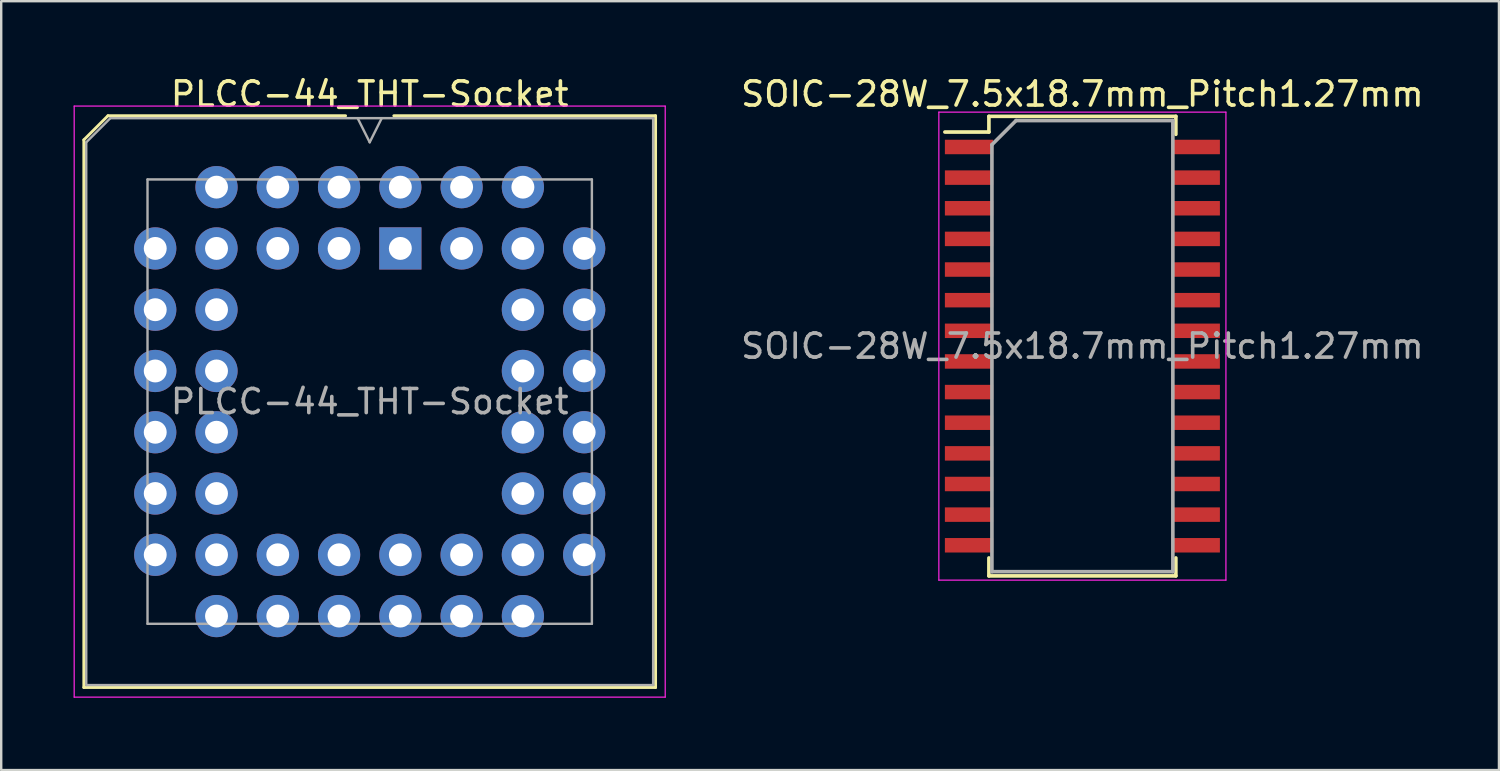
<source format=kicad_pcb>
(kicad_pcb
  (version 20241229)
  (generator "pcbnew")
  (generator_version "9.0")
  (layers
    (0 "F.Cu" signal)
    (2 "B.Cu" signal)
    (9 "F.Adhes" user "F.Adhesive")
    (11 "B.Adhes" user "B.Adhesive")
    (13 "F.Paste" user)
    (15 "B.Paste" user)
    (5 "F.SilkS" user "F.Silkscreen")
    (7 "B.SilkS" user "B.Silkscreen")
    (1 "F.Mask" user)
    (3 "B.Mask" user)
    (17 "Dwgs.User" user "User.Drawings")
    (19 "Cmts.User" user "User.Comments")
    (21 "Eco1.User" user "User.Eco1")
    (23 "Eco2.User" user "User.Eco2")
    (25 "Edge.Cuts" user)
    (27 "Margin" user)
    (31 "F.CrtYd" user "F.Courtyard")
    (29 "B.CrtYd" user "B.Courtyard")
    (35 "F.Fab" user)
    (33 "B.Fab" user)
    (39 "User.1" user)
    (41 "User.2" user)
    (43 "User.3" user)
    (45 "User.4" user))
  (footprint "PLCC-44_THT-Socket"
    (layer "F.Cu")
    (at 13.545 7.248)
    (property "Reference" "PLCC-44_THT-Socket" (at -1.27 -6.4 0) (layer "F.SilkS") (effects (font (size 1 1) (thickness 0.15))))
    (attr through_hole)
    (fp_line (start -13.12 -4.5) (end -13.12 18.2) (stroke (width 0.12) (type solid)) (layer "F.SilkS"))
    (fp_line (start -13.12 18.2) (end 10.58 18.2) (stroke (width 0.12) (type solid)) (layer "F.SilkS"))
    (fp_line (start -12.12 -5.5) (end -13.12 -4.5) (stroke (width 0.12) (type solid)) (layer "F.SilkS"))
    (fp_line (start -2.27 -5.5) (end -12.12 -5.5) (stroke (width 0.12) (type solid)) (layer "F.SilkS"))
    (fp_line (start 10.58 -5.5) (end -0.27 -5.5) (stroke (width 0.12) (type solid)) (layer "F.SilkS"))
    (fp_line (start 10.58 18.2) (end 10.58 -5.5) (stroke (width 0.12) (type solid)) (layer "F.SilkS"))
    (fp_line (start -13.52 -5.9) (end -13.52 18.6) (stroke (width 0.05) (type solid)) (layer "F.CrtYd"))
    (fp_line (start -13.52 18.6) (end 10.98 18.6) (stroke (width 0.05) (type solid)) (layer "F.CrtYd"))
    (fp_line (start 10.98 -5.9) (end -13.52 -5.9) (stroke (width 0.05) (type solid)) (layer "F.CrtYd"))
    (fp_line (start 10.98 18.6) (end 10.98 -5.9) (stroke (width 0.05) (type solid)) (layer "F.CrtYd"))
    (fp_line (start -13.02 -4.4) (end -13.02 18.1) (stroke (width 0.1) (type solid)) (layer "F.Fab"))
    (fp_line (start -13.02 18.1) (end 10.48 18.1) (stroke (width 0.1) (type solid)) (layer "F.Fab"))
    (fp_line (start -12.02 -5.4) (end -13.02 -4.4) (stroke (width 0.1) (type solid)) (layer "F.Fab"))
    (fp_line (start -10.48 -2.86) (end -10.48 15.56) (stroke (width 0.1) (type solid)) (layer "F.Fab"))
    (fp_line (start -10.48 15.56) (end 7.94 15.56) (stroke (width 0.1) (type solid)) (layer "F.Fab"))
    (fp_line (start -1.77 -5.4) (end -1.27 -4.4) (stroke (width 0.1) (type solid)) (layer "F.Fab"))
    (fp_line (start -1.27 -4.4) (end -0.77 -5.4) (stroke (width 0.1) (type solid)) (layer "F.Fab"))
    (fp_line (start 7.94 -2.86) (end -10.48 -2.86) (stroke (width 0.1) (type solid)) (layer "F.Fab"))
    (fp_line (start 7.94 15.56) (end 7.94 -2.86) (stroke (width 0.1) (type solid)) (layer "F.Fab"))
    (fp_line (start 10.48 -5.4) (end -12.02 -5.4) (stroke (width 0.1) (type solid)) (layer "F.Fab"))
    (fp_line (start 10.48 18.1) (end 10.48 -5.4) (stroke (width 0.1) (type solid)) (layer "F.Fab"))
    (fp_text user "${REFERENCE}" (at -1.27 6.35 0) (layer "F.Fab") (effects (font (size 1 1) (thickness 0.15))))
    (pad "1" thru_hole rect (at 0 0) (size 1.75 1.75) (drill 0.95) (layers "*.Cu" "*.Mask"))
    (pad "2" thru_hole circle (at -2.54 -2.54) (size 1.75 1.75) (drill 0.95) (layers "*.Cu" "*.Mask"))
    (pad "3" thru_hole circle (at -2.54 0) (size 1.75 1.75) (drill 0.95) (layers "*.Cu" "*.Mask"))
    (pad "4" thru_hole circle (at -5.08 -2.54) (size 1.75 1.75) (drill 0.95) (layers "*.Cu" "*.Mask"))
    (pad "5" thru_hole circle (at -5.08 0) (size 1.75 1.75) (drill 0.95) (layers "*.Cu" "*.Mask"))
    (pad "6" thru_hole circle (at -7.62 -2.54) (size 1.75 1.75) (drill 0.95) (layers "*.Cu" "*.Mask"))
    (pad "7" thru_hole circle (at -10.16 0) (size 1.75 1.75) (drill 0.95) (layers "*.Cu" "*.Mask"))
    (pad "8" thru_hole circle (at -7.62 0) (size 1.75 1.75) (drill 0.95) (layers "*.Cu" "*.Mask"))
    (pad "9" thru_hole circle (at -10.16 2.54) (size 1.75 1.75) (drill 0.95) (layers "*.Cu" "*.Mask"))
    (pad "10" thru_hole circle (at -7.62 2.54) (size 1.75 1.75) (drill 0.95) (layers "*.Cu" "*.Mask"))
    (pad "11" thru_hole circle (at -10.16 5.08) (size 1.75 1.75) (drill 0.95) (layers "*.Cu" "*.Mask"))
    (pad "12" thru_hole circle (at -7.62 5.08) (size 1.75 1.75) (drill 0.95) (layers "*.Cu" "*.Mask"))
    (pad "13" thru_hole circle (at -10.16 7.62) (size 1.75 1.75) (drill 0.95) (layers "*.Cu" "*.Mask"))
    (pad "14" thru_hole circle (at -7.62 7.62) (size 1.75 1.75) (drill 0.95) (layers "*.Cu" "*.Mask"))
    (pad "15" thru_hole circle (at -10.16 10.16) (size 1.75 1.75) (drill 0.95) (layers "*.Cu" "*.Mask"))
    (pad "16" thru_hole circle (at -7.62 10.16) (size 1.75 1.75) (drill 0.95) (layers "*.Cu" "*.Mask"))
    (pad "17" thru_hole circle (at -10.16 12.7) (size 1.75 1.75) (drill 0.95) (layers "*.Cu" "*.Mask"))
    (pad "18" thru_hole circle (at -7.62 15.24) (size 1.75 1.75) (drill 0.95) (layers "*.Cu" "*.Mask"))
    (pad "19" thru_hole circle (at -7.62 12.7) (size 1.75 1.75) (drill 0.95) (layers "*.Cu" "*.Mask"))
    (pad "20" thru_hole circle (at -5.08 15.24) (size 1.75 1.75) (drill 0.95) (layers "*.Cu" "*.Mask"))
    (pad "21" thru_hole circle (at -5.08 12.7) (size 1.75 1.75) (drill 0.95) (layers "*.Cu" "*.Mask"))
    (pad "22" thru_hole circle (at -2.54 15.24) (size 1.75 1.75) (drill 0.95) (layers "*.Cu" "*.Mask"))
    (pad "23" thru_hole circle (at -2.54 12.7) (size 1.75 1.75) (drill 0.95) (layers "*.Cu" "*.Mask"))
    (pad "24" thru_hole circle (at 0 15.24) (size 1.75 1.75) (drill 0.95) (layers "*.Cu" "*.Mask"))
    (pad "25" thru_hole circle (at 0 12.7) (size 1.75 1.75) (drill 0.95) (layers "*.Cu" "*.Mask"))
    (pad "26" thru_hole circle (at 2.54 15.24) (size 1.75 1.75) (drill 0.95) (layers "*.Cu" "*.Mask"))
    (pad "27" thru_hole circle (at 2.54 12.7) (size 1.75 1.75) (drill 0.95) (layers "*.Cu" "*.Mask"))
    (pad "28" thru_hole circle (at 5.08 15.24) (size 1.75 1.75) (drill 0.95) (layers "*.Cu" "*.Mask"))
    (pad "29" thru_hole circle (at 7.62 12.7) (size 1.75 1.75) (drill 0.95) (layers "*.Cu" "*.Mask"))
    (pad "30" thru_hole circle (at 5.08 12.7) (size 1.75 1.75) (drill 0.95) (layers "*.Cu" "*.Mask"))
    (pad "31" thru_hole circle (at 7.62 10.16) (size 1.75 1.75) (drill 0.95) (layers "*.Cu" "*.Mask"))
    (pad "32" thru_hole circle (at 5.08 10.16) (size 1.75 1.75) (drill 0.95) (layers "*.Cu" "*.Mask"))
    (pad "33" thru_hole circle (at 7.62 7.62) (size 1.75 1.75) (drill 0.95) (layers "*.Cu" "*.Mask"))
    (pad "34" thru_hole circle (at 5.08 7.62) (size 1.75 1.75) (drill 0.95) (layers "*.Cu" "*.Mask"))
    (pad "35" thru_hole circle (at 7.62 5.08) (size 1.75 1.75) (drill 0.95) (layers "*.Cu" "*.Mask"))
    (pad "36" thru_hole circle (at 5.08 5.08) (size 1.75 1.75) (drill 0.95) (layers "*.Cu" "*.Mask"))
    (pad "37" thru_hole circle (at 7.62 2.54) (size 1.75 1.75) (drill 0.95) (layers "*.Cu" "*.Mask"))
    (pad "38" thru_hole circle (at 5.08 2.54) (size 1.75 1.75) (drill 0.95) (layers "*.Cu" "*.Mask"))
    (pad "39" thru_hole circle (at 7.62 0) (size 1.75 1.75) (drill 0.95) (layers "*.Cu" "*.Mask"))
    (pad "40" thru_hole circle (at 5.08 -2.54) (size 1.75 1.75) (drill 0.95) (layers "*.Cu" "*.Mask"))
    (pad "41" thru_hole circle (at 5.08 0) (size 1.75 1.75) (drill 0.95) (layers "*.Cu" "*.Mask"))
    (pad "42" thru_hole circle (at 2.54 -2.54) (size 1.75 1.75) (drill 0.95) (layers "*.Cu" "*.Mask"))
    (pad "43" thru_hole circle (at 2.54 0) (size 1.75 1.75) (drill 0.95) (layers "*.Cu" "*.Mask"))
    (pad "44" thru_hole circle (at 0 -2.54) (size 1.75 1.75) (drill 0.95) (layers "*.Cu" "*.Mask")))
  (footprint "SOIC-28W_7.5x18.7mm_Pitch1.27mm"
    (layer "F.Cu")
    (at 41.818 11.298)
    (property "Reference" "SOIC-28W_7.5x18.7mm_Pitch1.27mm" (at 0 -10.45 0) (layer "F.SilkS") (effects (font (size 1 1) (thickness 0.15))))
    (attr smd)
    (fp_line (start -3.875 -9.525) (end -3.875 -8.875) (stroke (width 0.15) (type solid)) (layer "F.SilkS"))
    (fp_line (start -3.875 -9.525) (end 3.875 -9.525) (stroke (width 0.15) (type solid)) (layer "F.SilkS"))
    (fp_line (start -3.875 -8.875) (end -5.7 -8.875) (stroke (width 0.15) (type solid)) (layer "F.SilkS"))
    (fp_line (start -3.875 9.525) (end -3.875 8.78) (stroke (width 0.15) (type solid)) (layer "F.SilkS"))
    (fp_line (start -3.875 9.525) (end 3.875 9.525) (stroke (width 0.15) (type solid)) (layer "F.SilkS"))
    (fp_line (start 3.875 -9.525) (end 3.875 -8.78) (stroke (width 0.15) (type solid)) (layer "F.SilkS"))
    (fp_line (start 3.875 9.525) (end 3.875 8.78) (stroke (width 0.15) (type solid)) (layer "F.SilkS"))
    (fp_line (start -5.95 -9.7) (end -5.95 9.7) (stroke (width 0.05) (type solid)) (layer "F.CrtYd"))
    (fp_line (start -5.95 -9.7) (end 5.95 -9.7) (stroke (width 0.05) (type solid)) (layer "F.CrtYd"))
    (fp_line (start -5.95 9.7) (end 5.95 9.7) (stroke (width 0.05) (type solid)) (layer "F.CrtYd"))
    (fp_line (start 5.95 -9.7) (end 5.95 9.7) (stroke (width 0.05) (type solid)) (layer "F.CrtYd"))
    (fp_line (start -3.75 -8.35) (end -2.75 -9.35) (stroke (width 0.15) (type solid)) (layer "F.Fab"))
    (fp_line (start -3.75 9.35) (end -3.75 -8.35) (stroke (width 0.15) (type solid)) (layer "F.Fab"))
    (fp_line (start -2.75 -9.35) (end 3.75 -9.35) (stroke (width 0.15) (type solid)) (layer "F.Fab"))
    (fp_line (start 3.75 -9.35) (end 3.75 9.35) (stroke (width 0.15) (type solid)) (layer "F.Fab"))
    (fp_line (start 3.75 9.35) (end -3.75 9.35) (stroke (width 0.15) (type solid)) (layer "F.Fab"))
    (fp_text user "${REFERENCE}" (at 0 0 0) (layer "F.Fab") (effects (font (size 1 1) (thickness 0.15))))
    (pad "1" smd rect (at -4.7 -8.255) (size 2 0.6) (layers "F.Cu" "F.Mask" "F.Paste"))
    (pad "2" smd rect (at -4.7 -6.985) (size 2 0.6) (layers "F.Cu" "F.Mask" "F.Paste"))
    (pad "3" smd rect (at -4.7 -5.715) (size 2 0.6) (layers "F.Cu" "F.Mask" "F.Paste"))
    (pad "4" smd rect (at -4.7 -4.445) (size 2 0.6) (layers "F.Cu" "F.Mask" "F.Paste"))
    (pad "5" smd rect (at -4.7 -3.175) (size 2 0.6) (layers "F.Cu" "F.Mask" "F.Paste"))
    (pad "6" smd rect (at -4.7 -1.905) (size 2 0.6) (layers "F.Cu" "F.Mask" "F.Paste"))
    (pad "7" smd rect (at -4.7 -0.635) (size 2 0.6) (layers "F.Cu" "F.Mask" "F.Paste"))
    (pad "8" smd rect (at -4.7 0.635) (size 2 0.6) (layers "F.Cu" "F.Mask" "F.Paste"))
    (pad "9" smd rect (at -4.7 1.905) (size 2 0.6) (layers "F.Cu" "F.Mask" "F.Paste"))
    (pad "10" smd rect (at -4.7 3.175) (size 2 0.6) (layers "F.Cu" "F.Mask" "F.Paste"))
    (pad "11" smd rect (at -4.7 4.445) (size 2 0.6) (layers "F.Cu" "F.Mask" "F.Paste"))
    (pad "12" smd rect (at -4.7 5.715) (size 2 0.6) (layers "F.Cu" "F.Mask" "F.Paste"))
    (pad "13" smd rect (at -4.7 6.985) (size 2 0.6) (layers "F.Cu" "F.Mask" "F.Paste"))
    (pad "14" smd rect (at -4.7 8.255) (size 2 0.6) (layers "F.Cu" "F.Mask" "F.Paste"))
    (pad "15" smd rect (at 4.7 8.255) (size 2 0.6) (layers "F.Cu" "F.Mask" "F.Paste"))
    (pad "16" smd rect (at 4.7 6.985) (size 2 0.6) (layers "F.Cu" "F.Mask" "F.Paste"))
    (pad "17" smd rect (at 4.7 5.715) (size 2 0.6) (layers "F.Cu" "F.Mask" "F.Paste"))
    (pad "18" smd rect (at 4.7 4.445) (size 2 0.6) (layers "F.Cu" "F.Mask" "F.Paste"))
    (pad "19" smd rect (at 4.7 3.175) (size 2 0.6) (layers "F.Cu" "F.Mask" "F.Paste"))
    (pad "20" smd rect (at 4.7 1.905) (size 2 0.6) (layers "F.Cu" "F.Mask" "F.Paste"))
    (pad "21" smd rect (at 4.7 0.635) (size 2 0.6) (layers "F.Cu" "F.Mask" "F.Paste"))
    (pad "22" smd rect (at 4.7 -0.635) (size 2 0.6) (layers "F.Cu" "F.Mask" "F.Paste"))
    (pad "23" smd rect (at 4.7 -1.905) (size 2 0.6) (layers "F.Cu" "F.Mask" "F.Paste"))
    (pad "24" smd rect (at 4.7 -3.175) (size 2 0.6) (layers "F.Cu" "F.Mask" "F.Paste"))
    (pad "25" smd rect (at 4.7 -4.445) (size 2 0.6) (layers "F.Cu" "F.Mask" "F.Paste"))
    (pad "26" smd rect (at 4.7 -5.715) (size 2 0.6) (layers "F.Cu" "F.Mask" "F.Paste"))
    (pad "27" smd rect (at 4.7 -6.985) (size 2 0.6) (layers "F.Cu" "F.Mask" "F.Paste"))
    (pad "28" smd rect (at 4.7 -8.255) (size 2 0.6) (layers "F.Cu" "F.Mask" "F.Paste")))
  (gr_rect
    (start -3 -3)
    (end 59.086 28.873)
    (stroke (width 0.1) (type default))
    (fill no)
    (layer "Edge.Cuts")))
</source>
